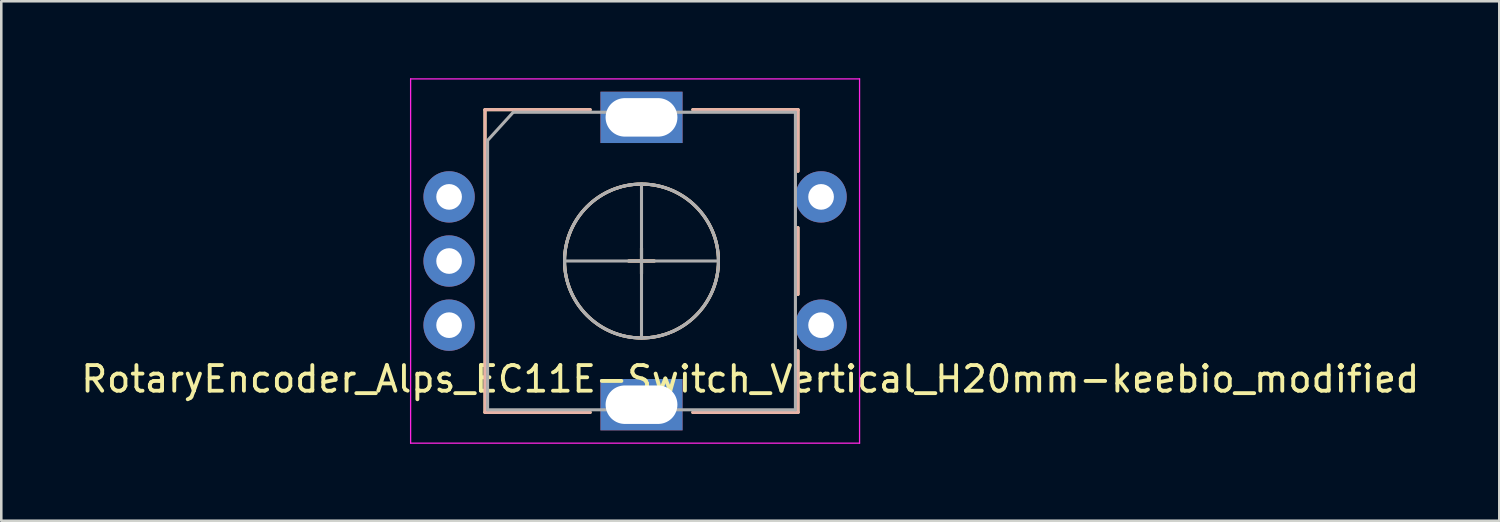
<source format=kicad_pcb>
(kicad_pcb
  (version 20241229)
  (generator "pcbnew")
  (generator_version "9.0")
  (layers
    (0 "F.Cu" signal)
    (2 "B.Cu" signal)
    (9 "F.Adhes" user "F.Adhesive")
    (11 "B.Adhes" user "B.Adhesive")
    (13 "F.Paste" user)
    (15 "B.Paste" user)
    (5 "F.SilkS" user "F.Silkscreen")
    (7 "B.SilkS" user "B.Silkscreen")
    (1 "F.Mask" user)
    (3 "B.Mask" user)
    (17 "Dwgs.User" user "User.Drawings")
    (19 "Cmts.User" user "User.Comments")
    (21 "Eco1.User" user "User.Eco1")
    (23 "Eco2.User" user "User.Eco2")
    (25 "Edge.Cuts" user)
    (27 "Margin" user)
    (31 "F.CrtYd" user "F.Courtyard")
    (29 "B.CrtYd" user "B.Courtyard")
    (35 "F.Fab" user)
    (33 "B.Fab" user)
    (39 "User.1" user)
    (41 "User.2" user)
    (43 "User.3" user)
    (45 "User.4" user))
  (footprint "RotaryEncoder_Alps_EC11E-Switch_Vertical_H20mm-keebio_modified"
    (layer "F.Cu")
    (at 21.956 7.125)
    (property "Reference" "RotaryEncoder_Alps_EC11E-Switch_Vertical_H20mm-keebio_modified" (at 4.24 4.6 0) (layer "F.SilkS") (effects (font (size 1 1) (thickness 0.15))))
    (attr through_hole)
    (fp_line (start -6.1 -5.9) (end -6.1 5.9) (stroke (width 0.12) (type solid)) (layer "F.SilkS"))
    (fp_line (start -2 -5.9) (end -6.1 -5.9) (stroke (width 0.12) (type solid)) (layer "F.SilkS"))
    (fp_line (start -2 5.9) (end -6.1 5.9) (stroke (width 0.12) (type solid)) (layer "F.SilkS"))
    (fp_line (start -0.5 0) (end 0.5 0) (stroke (width 0.12) (type solid)) (layer "F.SilkS"))
    (fp_line (start 0 -0.5) (end 0 0.5) (stroke (width 0.12) (type solid)) (layer "F.SilkS"))
    (fp_line (start 2 -5.9) (end 6.1 -5.9) (stroke (width 0.12) (type solid)) (layer "F.SilkS"))
    (fp_line (start 6.1 -5.9) (end 6.1 -3.5) (stroke (width 0.12) (type solid)) (layer "F.SilkS"))
    (fp_line (start 6.1 -1.3) (end 6.1 1.3) (stroke (width 0.12) (type solid)) (layer "F.SilkS"))
    (fp_line (start 6.1 3.5) (end 6.1 5.9) (stroke (width 0.12) (type solid)) (layer "F.SilkS"))
    (fp_line (start 6.1 5.9) (end 2 5.9) (stroke (width 0.12) (type solid)) (layer "F.SilkS"))
    (fp_circle (center 0 0) (end 3 0) (stroke (width 0.12) (type solid)) (fill no) (layer "F.SilkS"))
    (fp_line (start -6.1 -5.9) (end -6.1 5.9) (stroke (width 0.12) (type solid)) (layer "B.SilkS"))
    (fp_line (start -2 -5.9) (end -6.1 -5.9) (stroke (width 0.12) (type solid)) (layer "B.SilkS"))
    (fp_line (start -2 5.9) (end -6.1 5.9) (stroke (width 0.12) (type solid)) (layer "B.SilkS"))
    (fp_line (start -0.5 0) (end 0.5 0) (stroke (width 0.12) (type solid)) (layer "B.SilkS"))
    (fp_line (start 0 -0.5) (end 0 0.5) (stroke (width 0.12) (type solid)) (layer "B.SilkS"))
    (fp_line (start 2 -5.9) (end 6.1 -5.9) (stroke (width 0.12) (type solid)) (layer "B.SilkS"))
    (fp_line (start 6.1 -5.9) (end 6.1 -3.5) (stroke (width 0.12) (type solid)) (layer "B.SilkS"))
    (fp_line (start 6.1 -1.3) (end 6.1 1.3) (stroke (width 0.12) (type solid)) (layer "B.SilkS"))
    (fp_line (start 6.1 3.5) (end 6.1 5.9) (stroke (width 0.12) (type solid)) (layer "B.SilkS"))
    (fp_line (start 6.1 5.9) (end 2 5.9) (stroke (width 0.12) (type solid)) (layer "B.SilkS"))
    (fp_circle (center 0 0) (end 3 0) (stroke (width 0.12) (type solid)) (fill no) (layer "B.SilkS"))
    (fp_line (start -9 -7.1) (end -9 7.1) (stroke (width 0.05) (type solid)) (layer "F.CrtYd"))
    (fp_line (start -9 -7.1) (end 8.5 -7.1) (stroke (width 0.05) (type solid)) (layer "F.CrtYd"))
    (fp_line (start 8.5 7.1) (end -9 7.1) (stroke (width 0.05) (type solid)) (layer "F.CrtYd"))
    (fp_line (start 8.5 7.1) (end 8.5 -7.1) (stroke (width 0.05) (type solid)) (layer "F.CrtYd"))
    (fp_line (start -6 -4.7) (end -5 -5.8) (stroke (width 0.12) (type solid)) (layer "F.Fab"))
    (fp_line (start -6 5.8) (end -6 -4.7) (stroke (width 0.12) (type solid)) (layer "F.Fab"))
    (fp_line (start -5 -5.8) (end 6 -5.8) (stroke (width 0.12) (type solid)) (layer "F.Fab"))
    (fp_line (start -3 0) (end 3 0) (stroke (width 0.12) (type solid)) (layer "F.Fab"))
    (fp_line (start 0 -3) (end 0 3) (stroke (width 0.12) (type solid)) (layer "F.Fab"))
    (fp_line (start 6 -5.8) (end 6 5.8) (stroke (width 0.12) (type solid)) (layer "F.Fab"))
    (fp_line (start 6 5.8) (end -6 5.8) (stroke (width 0.12) (type solid)) (layer "F.Fab"))
    (fp_circle (center 0 0) (end 3 0) (stroke (width 0.12) (type solid)) (fill no) (layer "F.Fab"))
    (pad "A" thru_hole circle (at -7.5 -2.5) (size 2 2) (drill 1) (layers "*.Cu" "*.Mask"))
    (pad "B" thru_hole circle (at -7.5 2.5) (size 2 2) (drill 1) (layers "*.Cu" "*.Mask"))
    (pad "C" thru_hole circle (at -7.5 0) (size 2 2) (drill 1) (layers "*.Cu" "*.Mask"))
    (pad "MP" thru_hole rect (at 0 -5.6) (size 3.2 2) (drill oval 2.8 1.5) (layers "*.Cu" "*.Mask"))
    (pad "MP" thru_hole rect (at 0 5.6) (size 3.2 2) (drill oval 2.8 1.5) (layers "*.Cu" "*.Mask"))
    (pad "S1" thru_hole circle (at 7 2.5) (size 2 2) (drill 1) (layers "*.Cu" "*.Mask"))
    (pad "S2" thru_hole circle (at 7 -2.5) (size 2 2) (drill 1) (layers "*.Cu" "*.Mask")))
  (gr_rect
    (start -3 -3)
    (end 55.393 17.25)
    (stroke (width 0.1) (type default))
    (fill no)
    (layer "Edge.Cuts")))
</source>
